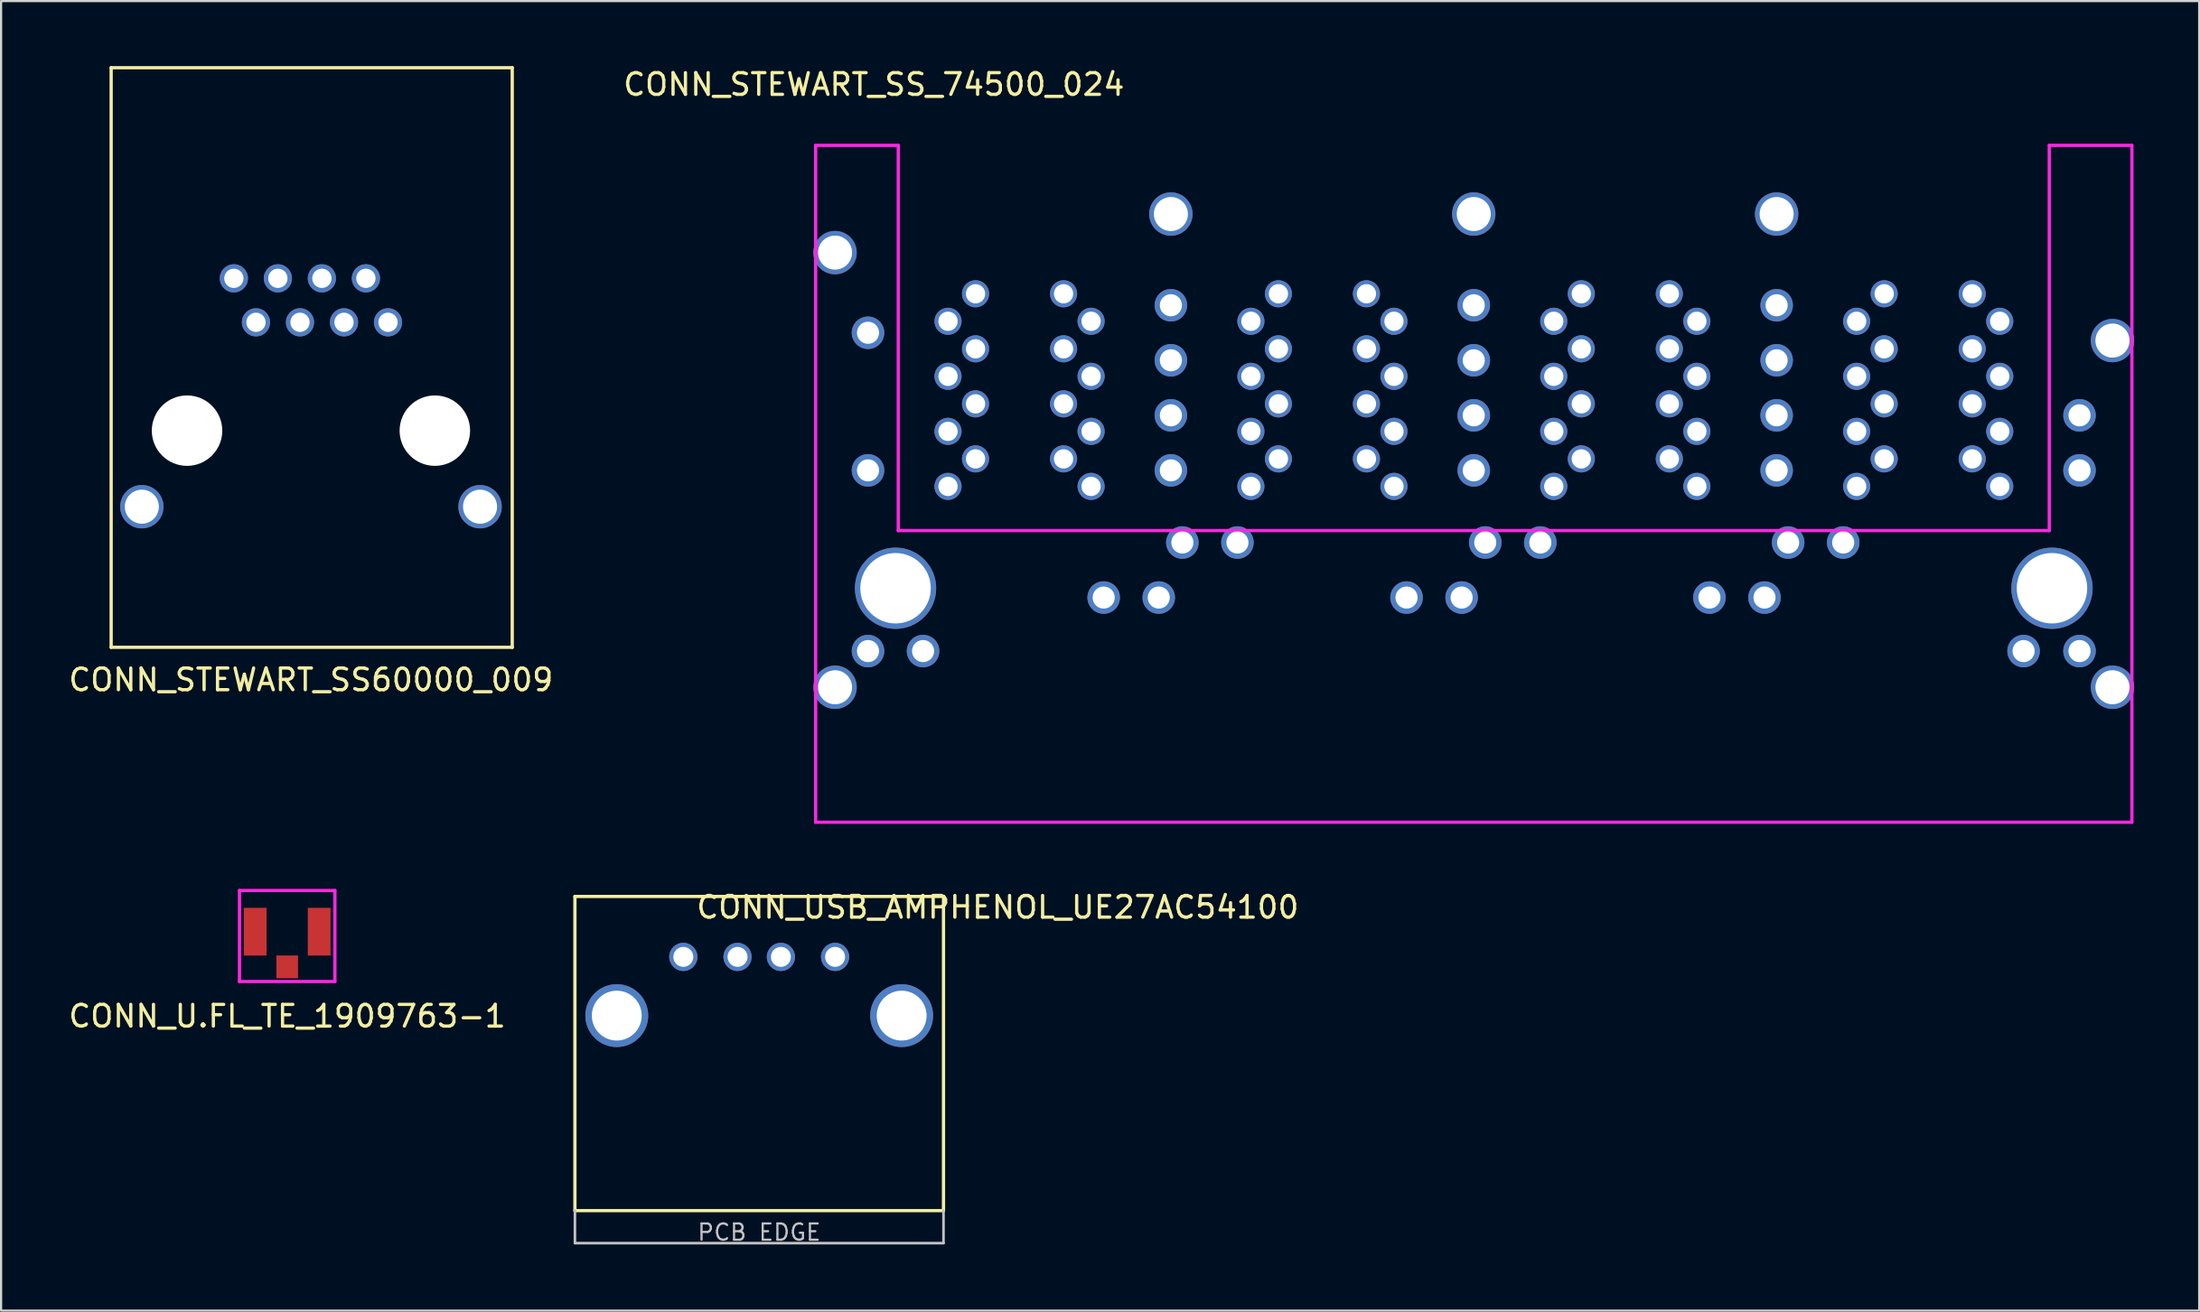
<source format=kicad_pcb>
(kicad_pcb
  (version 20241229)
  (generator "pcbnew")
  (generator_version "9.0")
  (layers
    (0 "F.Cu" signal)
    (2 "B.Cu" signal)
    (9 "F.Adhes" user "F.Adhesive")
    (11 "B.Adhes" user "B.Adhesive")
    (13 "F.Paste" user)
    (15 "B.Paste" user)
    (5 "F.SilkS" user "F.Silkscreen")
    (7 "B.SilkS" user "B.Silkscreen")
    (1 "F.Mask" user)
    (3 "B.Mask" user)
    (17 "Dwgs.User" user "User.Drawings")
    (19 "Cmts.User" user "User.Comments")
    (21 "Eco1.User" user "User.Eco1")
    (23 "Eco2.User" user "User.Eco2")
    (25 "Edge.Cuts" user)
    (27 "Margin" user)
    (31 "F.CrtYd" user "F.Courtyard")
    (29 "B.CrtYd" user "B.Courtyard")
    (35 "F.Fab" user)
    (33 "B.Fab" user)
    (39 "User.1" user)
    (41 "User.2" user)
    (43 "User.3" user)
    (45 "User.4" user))
  (footprint "CONN_U.FL_TE_1909763-1"
    (layer "F.Cu")
    (at 10.196 40.048)
    (property "Reference" "CONN_U.FL_TE_1909763-1" (at 0 3.8 0) (layer "F.SilkS") (effects (font (size 1 1) (thickness 0.15))))
    (attr smd)
    (fp_line (start -2.2 -2) (end -2.2 2.2) (stroke (width 0.15) (type solid)) (layer "F.CrtYd"))
    (fp_line (start -2.2 2.2) (end 2.2 2.2) (stroke (width 0.15) (type solid)) (layer "F.CrtYd"))
    (fp_line (start 2.2 -2) (end -2.2 -2) (stroke (width 0.15) (type solid)) (layer "F.CrtYd"))
    (fp_line (start 2.2 2.2) (end 2.2 -2) (stroke (width 0.15) (type solid)) (layer "F.CrtYd"))
    (pad "1" smd rect (at 0 1.525) (size 1 1.05) (layers "F.Cu" "F.Mask" "F.Paste"))
    (pad "2" smd rect (at -1.475 -0.1) (size 1.05 2.2) (layers "F.Cu" "F.Mask" "F.Paste"))
    (pad "2" smd rect (at 1.475 -0.1) (size 1.05 2.2) (layers "F.Cu" "F.Mask" "F.Paste")))
  (footprint "CONN_STEWART_SS_74500_024"
    (layer "F.Cu")
    (at 38.256 24.098)
    (property "Reference" "CONN_STEWART_SS_74500_024" (at -1 -23.25 0) (layer "F.SilkS") (effects (font (size 1 1) (thickness 0.15))))
    (attr through_hole)
    (fp_line (start -3.685 -20.44) (end -3.685 10.8) (stroke (width 0.15) (type solid)) (layer "F.CrtYd"))
    (fp_line (start -3.685 -20.44) (end 0.125 -20.44) (stroke (width 0.15) (type solid)) (layer "F.CrtYd"))
    (fp_line (start -3.685 10.8) (end 57.025 10.8) (stroke (width 0.15) (type solid)) (layer "F.CrtYd"))
    (fp_line (start 0.125 -20.44) (end 0.125 -2.66) (stroke (width 0.15) (type solid)) (layer "F.CrtYd"))
    (fp_line (start 0.125 -2.66) (end 53.215 -2.66) (stroke (width 0.15) (type solid)) (layer "F.CrtYd"))
    (fp_line (start 53.215 -20.44) (end 53.215 -2.66) (stroke (width 0.15) (type solid)) (layer "F.CrtYd"))
    (fp_line (start 53.215 -20.44) (end 57.025 -20.44) (stroke (width 0.15) (type solid)) (layer "F.CrtYd"))
    (fp_line (start 57.025 -20.44) (end 57.025 10.8) (stroke (width 0.15) (type solid)) (layer "F.CrtYd"))
    (pad "A1" thru_hole circle (at 2.42 -4.7) (size 1.25 1.25) (drill 0.89) (layers "*.Cu" "*.Mask"))
    (pad "A2" thru_hole circle (at 3.69 -5.97) (size 1.25 1.25) (drill 0.89) (layers "*.Cu" "*.Mask"))
    (pad "A3" thru_hole circle (at 2.42 -7.24) (size 1.25 1.25) (drill 0.89) (layers "*.Cu" "*.Mask"))
    (pad "A4" thru_hole circle (at 3.69 -8.51) (size 1.25 1.25) (drill 0.89) (layers "*.Cu" "*.Mask"))
    (pad "A5" thru_hole circle (at 2.42 -9.78) (size 1.25 1.25) (drill 0.89) (layers "*.Cu" "*.Mask"))
    (pad "A6" thru_hole circle (at 3.69 -11.05) (size 1.25 1.25) (drill 0.89) (layers "*.Cu" "*.Mask"))
    (pad "A7" thru_hole circle (at 2.42 -12.32) (size 1.25 1.25) (drill 0.89) (layers "*.Cu" "*.Mask"))
    (pad "A8" thru_hole circle (at 3.69 -13.59) (size 1.25 1.25) (drill 0.89) (layers "*.Cu" "*.Mask"))
    (pad "A9" thru_hole circle (at -1.27 2.9) (size 1.5 1.5) (drill 1.02) (layers "*.Cu" "*.Mask"))
    (pad "A10" thru_hole circle (at 1.27 2.9) (size 1.5 1.5) (drill 1.02) (layers "*.Cu" "*.Mask"))
    (pad "A11" thru_hole circle (at 9.6 0.43) (size 1.5 1.5) (drill 1.02) (layers "*.Cu" "*.Mask"))
    (pad "A12" thru_hole circle (at 12.14 0.43) (size 1.5 1.5) (drill 1.02) (layers "*.Cu" "*.Mask"))
    (pad "B1" thru_hole circle (at 9.02 -4.7) (size 1.25 1.25) (drill 0.89) (layers "*.Cu" "*.Mask"))
    (pad "B2" thru_hole circle (at 7.75 -5.97) (size 1.25 1.25) (drill 0.89) (layers "*.Cu" "*.Mask"))
    (pad "B3" thru_hole circle (at 9.02 -7.24) (size 1.25 1.25) (drill 0.89) (layers "*.Cu" "*.Mask"))
    (pad "B4" thru_hole circle (at 7.75 -8.51) (size 1.25 1.25) (drill 0.89) (layers "*.Cu" "*.Mask"))
    (pad "B5" thru_hole circle (at 9.02 -9.78) (size 1.25 1.25) (drill 0.89) (layers "*.Cu" "*.Mask"))
    (pad "B6" thru_hole circle (at 7.75 -11.05) (size 1.25 1.25) (drill 0.89) (layers "*.Cu" "*.Mask"))
    (pad "B7" thru_hole circle (at 9.02 -12.32) (size 1.25 1.25) (drill 0.89) (layers "*.Cu" "*.Mask"))
    (pad "B8" thru_hole circle (at 7.75 -13.59) (size 1.25 1.25) (drill 0.89) (layers "*.Cu" "*.Mask"))
    (pad "B9" thru_hole circle (at -1.27 -11.79) (size 1.5 1.5) (drill 1.02) (layers "*.Cu" "*.Mask"))
    (pad "B10" thru_hole circle (at -1.27 -5.44) (size 1.5 1.5) (drill 1.02) (layers "*.Cu" "*.Mask"))
    (pad "B11" thru_hole circle (at 12.7 -10.52) (size 1.5 1.5) (drill 1.02) (layers "*.Cu" "*.Mask"))
    (pad "B12" thru_hole circle (at 12.7 -5.44) (size 1.5 1.5) (drill 1.02) (layers "*.Cu" "*.Mask"))
    (pad "C1" thru_hole circle (at 16.39 -4.7) (size 1.25 1.25) (drill 0.89) (layers "*.Cu" "*.Mask"))
    (pad "C2" thru_hole circle (at 17.66 -5.97) (size 1.25 1.25) (drill 0.89) (layers "*.Cu" "*.Mask"))
    (pad "C3" thru_hole circle (at 16.39 -7.24) (size 1.25 1.25) (drill 0.89) (layers "*.Cu" "*.Mask"))
    (pad "C4" thru_hole circle (at 17.66 -8.51) (size 1.25 1.25) (drill 0.89) (layers "*.Cu" "*.Mask"))
    (pad "C5" thru_hole circle (at 16.39 -9.78) (size 1.25 1.25) (drill 0.89) (layers "*.Cu" "*.Mask"))
    (pad "C6" thru_hole circle (at 17.66 -11.05) (size 1.25 1.25) (drill 0.89) (layers "*.Cu" "*.Mask"))
    (pad "C7" thru_hole circle (at 16.39 -12.32) (size 1.25 1.25) (drill 0.89) (layers "*.Cu" "*.Mask"))
    (pad "C8" thru_hole circle (at 17.66 -13.59) (size 1.25 1.25) (drill 0.89) (layers "*.Cu" "*.Mask"))
    (pad "C9" thru_hole circle (at 13.23 -2.11) (size 1.5 1.5) (drill 1.02) (layers "*.Cu" "*.Mask"))
    (pad "C10" thru_hole circle (at 15.77 -2.11) (size 1.5 1.5) (drill 1.02) (layers "*.Cu" "*.Mask"))
    (pad "C11" thru_hole circle (at 23.57 0.43) (size 1.5 1.5) (drill 1.02) (layers "*.Cu" "*.Mask"))
    (pad "C12" thru_hole circle (at 26.11 0.43) (size 1.5 1.5) (drill 1.02) (layers "*.Cu" "*.Mask"))
    (pad "D1" thru_hole circle (at 22.99 -4.7) (size 1.25 1.25) (drill 0.89) (layers "*.Cu" "*.Mask"))
    (pad "D2" thru_hole circle (at 21.72 -5.97) (size 1.25 1.25) (drill 0.89) (layers "*.Cu" "*.Mask"))
    (pad "D3" thru_hole circle (at 22.99 -7.24) (size 1.25 1.25) (drill 0.89) (layers "*.Cu" "*.Mask"))
    (pad "D4" thru_hole circle (at 21.72 -8.51) (size 1.25 1.25) (drill 0.89) (layers "*.Cu" "*.Mask"))
    (pad "D5" thru_hole circle (at 22.99 -9.78) (size 1.25 1.25) (drill 0.89) (layers "*.Cu" "*.Mask"))
    (pad "D6" thru_hole circle (at 21.72 -11.05) (size 1.25 1.25) (drill 0.89) (layers "*.Cu" "*.Mask"))
    (pad "D7" thru_hole circle (at 22.99 -12.32) (size 1.25 1.25) (drill 0.89) (layers "*.Cu" "*.Mask"))
    (pad "D8" thru_hole circle (at 21.72 -13.59) (size 1.25 1.25) (drill 0.89) (layers "*.Cu" "*.Mask"))
    (pad "D9" thru_hole circle (at 12.7 -13.06) (size 1.5 1.5) (drill 1.02) (layers "*.Cu" "*.Mask"))
    (pad "D10" thru_hole circle (at 12.7 -7.98) (size 1.5 1.5) (drill 1.02) (layers "*.Cu" "*.Mask"))
    (pad "D11" thru_hole circle (at 26.67 -10.52) (size 1.5 1.5) (drill 1.02) (layers "*.Cu" "*.Mask"))
    (pad "D12" thru_hole circle (at 26.67 -5.44) (size 1.5 1.5) (drill 1.02) (layers "*.Cu" "*.Mask"))
    (pad "E1" thru_hole circle (at 30.36 -4.7) (size 1.25 1.25) (drill 0.89) (layers "*.Cu" "*.Mask"))
    (pad "E2" thru_hole circle (at 31.63 -5.97) (size 1.25 1.25) (drill 0.89) (layers "*.Cu" "*.Mask"))
    (pad "E3" thru_hole circle (at 30.36 -7.24) (size 1.25 1.25) (drill 0.89) (layers "*.Cu" "*.Mask"))
    (pad "E4" thru_hole circle (at 31.63 -8.51) (size 1.25 1.25) (drill 0.89) (layers "*.Cu" "*.Mask"))
    (pad "E5" thru_hole circle (at 30.36 -9.78) (size 1.25 1.25) (drill 0.89) (layers "*.Cu" "*.Mask"))
    (pad "E6" thru_hole circle (at 31.63 -11.05) (size 1.25 1.25) (drill 0.89) (layers "*.Cu" "*.Mask"))
    (pad "E7" thru_hole circle (at 30.36 -12.32) (size 1.25 1.25) (drill 0.89) (layers "*.Cu" "*.Mask"))
    (pad "E8" thru_hole circle (at 31.63 -13.59) (size 1.25 1.25) (drill 0.89) (layers "*.Cu" "*.Mask"))
    (pad "E9" thru_hole circle (at 27.2 -2.11) (size 1.5 1.5) (drill 1.02) (layers "*.Cu" "*.Mask"))
    (pad "E10" thru_hole circle (at 29.74 -2.11) (size 1.5 1.5) (drill 1.02) (layers "*.Cu" "*.Mask"))
    (pad "E11" thru_hole circle (at 37.54 0.43) (size 1.5 1.5) (drill 1.02) (layers "*.Cu" "*.Mask"))
    (pad "E12" thru_hole circle (at 40.08 0.43) (size 1.5 1.5) (drill 1.02) (layers "*.Cu" "*.Mask"))
    (pad "F1" thru_hole circle (at 36.96 -4.7) (size 1.25 1.25) (drill 0.89) (layers "*.Cu" "*.Mask"))
    (pad "F2" thru_hole circle (at 35.69 -5.97) (size 1.25 1.25) (drill 0.89) (layers "*.Cu" "*.Mask"))
    (pad "F3" thru_hole circle (at 36.96 -7.24) (size 1.25 1.25) (drill 0.89) (layers "*.Cu" "*.Mask"))
    (pad "F4" thru_hole circle (at 35.69 -8.51) (size 1.25 1.25) (drill 0.89) (layers "*.Cu" "*.Mask"))
    (pad "F5" thru_hole circle (at 36.96 -9.78) (size 1.25 1.25) (drill 0.89) (layers "*.Cu" "*.Mask"))
    (pad "F6" thru_hole circle (at 35.69 -11.05) (size 1.25 1.25) (drill 0.89) (layers "*.Cu" "*.Mask"))
    (pad "F7" thru_hole circle (at 36.96 -12.32) (size 1.25 1.25) (drill 0.89) (layers "*.Cu" "*.Mask"))
    (pad "F8" thru_hole circle (at 35.69 -13.59) (size 1.25 1.25) (drill 0.89) (layers "*.Cu" "*.Mask"))
    (pad "F9" thru_hole circle (at 26.67 -13.06) (size 1.5 1.5) (drill 1.02) (layers "*.Cu" "*.Mask"))
    (pad "F10" thru_hole circle (at 26.67 -7.98) (size 1.5 1.5) (drill 1.02) (layers "*.Cu" "*.Mask"))
    (pad "F11" thru_hole circle (at 40.64 -10.52) (size 1.5 1.5) (drill 1.02) (layers "*.Cu" "*.Mask"))
    (pad "F12" thru_hole circle (at 40.64 -5.44) (size 1.5 1.5) (drill 1.02) (layers "*.Cu" "*.Mask"))
    (pad "G1" thru_hole circle (at 44.33 -4.7) (size 1.25 1.25) (drill 0.89) (layers "*.Cu" "*.Mask"))
    (pad "G2" thru_hole circle (at 45.6 -5.97) (size 1.25 1.25) (drill 0.89) (layers "*.Cu" "*.Mask"))
    (pad "G3" thru_hole circle (at 44.33 -7.24) (size 1.25 1.25) (drill 0.89) (layers "*.Cu" "*.Mask"))
    (pad "G4" thru_hole circle (at 45.6 -8.51) (size 1.25 1.25) (drill 0.89) (layers "*.Cu" "*.Mask"))
    (pad "G5" thru_hole circle (at 44.33 -9.78) (size 1.25 1.25) (drill 0.89) (layers "*.Cu" "*.Mask"))
    (pad "G6" thru_hole circle (at 45.6 -11.05) (size 1.25 1.25) (drill 0.89) (layers "*.Cu" "*.Mask"))
    (pad "G7" thru_hole circle (at 44.33 -12.32) (size 1.25 1.25) (drill 0.89) (layers "*.Cu" "*.Mask"))
    (pad "G8" thru_hole circle (at 45.6 -13.59) (size 1.25 1.25) (drill 0.89) (layers "*.Cu" "*.Mask"))
    (pad "G9" thru_hole circle (at 41.17 -2.11) (size 1.5 1.5) (drill 1.02) (layers "*.Cu" "*.Mask"))
    (pad "G10" thru_hole circle (at 43.71 -2.11) (size 1.5 1.5) (drill 1.02) (layers "*.Cu" "*.Mask"))
    (pad "G11" thru_hole circle (at 52.03 2.9) (size 1.5 1.5) (drill 1.02) (layers "*.Cu" "*.Mask"))
    (pad "G12" thru_hole circle (at 54.61 2.9) (size 1.5 1.5) (drill 1.02) (layers "*.Cu" "*.Mask"))
    (pad "H1" thru_hole circle (at 50.93 -4.7) (size 1.25 1.25) (drill 0.89) (layers "*.Cu" "*.Mask"))
    (pad "H2" thru_hole circle (at 49.66 -5.97) (size 1.25 1.25) (drill 0.89) (layers "*.Cu" "*.Mask"))
    (pad "H3" thru_hole circle (at 50.93 -7.24) (size 1.25 1.25) (drill 0.89) (layers "*.Cu" "*.Mask"))
    (pad "H4" thru_hole circle (at 49.66 -8.51) (size 1.25 1.25) (drill 0.89) (layers "*.Cu" "*.Mask"))
    (pad "H5" thru_hole circle (at 50.93 -9.78) (size 1.25 1.25) (drill 0.89) (layers "*.Cu" "*.Mask"))
    (pad "H6" thru_hole circle (at 49.66 -11.05) (size 1.25 1.25) (drill 0.89) (layers "*.Cu" "*.Mask"))
    (pad "H7" thru_hole circle (at 50.93 -12.32) (size 1.25 1.25) (drill 0.89) (layers "*.Cu" "*.Mask"))
    (pad "H8" thru_hole circle (at 49.66 -13.59) (size 1.25 1.25) (drill 0.89) (layers "*.Cu" "*.Mask"))
    (pad "H9" thru_hole circle (at 40.64 -13.06) (size 1.5 1.5) (drill 1.02) (layers "*.Cu" "*.Mask"))
    (pad "H10" thru_hole circle (at 40.64 -7.98) (size 1.5 1.5) (drill 1.02) (layers "*.Cu" "*.Mask"))
    (pad "H11" thru_hole circle (at 54.61 -7.98) (size 1.5 1.5) (drill 1.02) (layers "*.Cu" "*.Mask"))
    (pad "H12" thru_hole circle (at 54.61 -5.44) (size 1.5 1.5) (drill 1.02) (layers "*.Cu" "*.Mask"))
    (pad "SHLD" thru_hole circle (at -2.79 -15.49) (size 2 2) (drill 1.57) (layers "*.Cu" "*.Mask"))
    (pad "SHLD" thru_hole circle (at -2.79 4.57) (size 2 2) (drill 1.57) (layers "*.Cu" "*.Mask"))
    (pad "SHLD" thru_hole circle (at 12.7 -17.27) (size 2 2) (drill 1.57) (layers "*.Cu" "*.Mask"))
    (pad "SHLD" thru_hole circle (at 26.67 -17.27) (size 2 2) (drill 1.57) (layers "*.Cu" "*.Mask"))
    (pad "SHLD" thru_hole circle (at 40.64 -17.27) (size 2 2) (drill 1.57) (layers "*.Cu" "*.Mask"))
    (pad "SHLD" thru_hole circle (at 56.13 -11.43) (size 2 2) (drill 1.57) (layers "*.Cu" "*.Mask"))
    (pad "SHLD" thru_hole circle (at 56.13 4.57) (size 2 2) (drill 1.57) (layers "*.Cu" "*.Mask"))
    (pad "~" thru_hole circle (at 0 0) (size 3.75 3.75) (drill 3.25) (layers "*.Cu" "*.Mask"))
    (pad "~" thru_hole circle (at 53.34 0) (size 3.75 3.75) (drill 3.25) (layers "*.Cu" "*.Mask")))
  (footprint "CONN_USB_AMPHENOL_UE27AC54100"
    (layer "F.Cu")
    (at 31.968 43.822)
    (property "Reference" "CONN_USB_AMPHENOL_UE27AC54100" (at 11 -5 0) (layer "F.SilkS") (effects (font (size 1 1) (thickness 0.15))))
    (attr through_hole)
    (fp_line (start -8.5 -5.5) (end 8.5 -5.5) (stroke (width 0.15) (type solid)) (layer "F.SilkS"))
    (fp_line (start -8.5 9) (end -8.5 -5.5) (stroke (width 0.15) (type solid)) (layer "F.SilkS"))
    (fp_line (start 8.5 -5.5) (end 8.5 9) (stroke (width 0.15) (type solid)) (layer "F.SilkS"))
    (fp_line (start 8.5 9) (end -8.5 9) (stroke (width 0.15) (type solid)) (layer "F.SilkS"))
    (fp_line (start -8.5 9) (end -8.5 10.5) (stroke (width 0.12) (type solid)) (layer "Dwgs.User"))
    (fp_line (start -8.5 10.5) (end 8.5 10.5) (stroke (width 0.12) (type solid)) (layer "Dwgs.User"))
    (fp_line (start 8.5 10.5) (end 8.5 9) (stroke (width 0.12) (type solid)) (layer "Dwgs.User"))
    (fp_text user "PCB EDGE" (at 0 10 0) (layer "Dwgs.User") (effects (font (size 0.75 0.75) (thickness 0.1))))
    (pad "1" thru_hole circle (at -3.5 -2.71) (size 1.3 1.3) (drill 0.92) (layers "*.Cu" "*.Mask"))
    (pad "2" thru_hole circle (at -1 -2.71) (size 1.3 1.3) (drill 0.92) (layers "*.Cu" "*.Mask"))
    (pad "3" thru_hole circle (at 1 -2.71) (size 1.3 1.3) (drill 0.92) (layers "*.Cu" "*.Mask"))
    (pad "4" thru_hole circle (at 3.5 -2.71) (size 1.3 1.3) (drill 0.92) (layers "*.Cu" "*.Mask"))
    (pad "5" thru_hole circle (at -6.57 0) (size 2.9 2.9) (drill 2.3) (layers "*.Cu" "*.Mask"))
    (pad "5" thru_hole circle (at 6.57 0) (size 2.9 2.9) (drill 2.3) (layers "*.Cu" "*.Mask")))
  (footprint "CONN_STEWART_SS60000_009"
    (layer "F.Cu")
    (at 11.292 16.825)
    (property "Reference" "CONN_STEWART_SS60000_009" (at 0 11.5 0) (layer "F.SilkS") (effects (font (size 1 1) (thickness 0.15))))
    (attr through_hole)
    (fp_line (start -9.215 -16.75) (end -9.215 10) (stroke (width 0.15) (type solid)) (layer "F.SilkS"))
    (fp_line (start -9.215 10) (end 9.285 10) (stroke (width 0.15) (type solid)) (layer "F.SilkS"))
    (fp_line (start 9.285 -16.75) (end -9.215 -16.75) (stroke (width 0.15) (type solid)) (layer "F.SilkS"))
    (fp_line (start 9.285 10) (end 9.285 -16.75) (stroke (width 0.15) (type solid)) (layer "F.SilkS"))
    (pad "" np_thru_hole circle (at -5.715 0) (size 3.25 3.25) (drill 3.25) (layers "*.Cu" "*.Mask"))
    (pad "" np_thru_hole circle (at 5.715 0) (size 3.25 3.25) (drill 3.25) (layers "*.Cu" "*.Mask"))
    (pad "1" thru_hole circle (at 2.535 -7.03) (size 1.3 1.3) (drill 0.89) (layers "*.Cu" "*.Mask"))
    (pad "2" thru_hole circle (at 3.555 -5) (size 1.3 1.3) (drill 0.89) (layers "*.Cu" "*.Mask"))
    (pad "3" thru_hole circle (at 1.525 -5) (size 1.3 1.3) (drill 0.89) (layers "*.Cu" "*.Mask"))
    (pad "4" thru_hole circle (at -0.505 -5) (size 1.3 1.3) (drill 0.89) (layers "*.Cu" "*.Mask"))
    (pad "5" thru_hole circle (at 0.505 -7.03) (size 1.3 1.3) (drill 0.89) (layers "*.Cu" "*.Mask"))
    (pad "6" thru_hole circle (at -1.525 -7.03) (size 1.3 1.3) (drill 0.89) (layers "*.Cu" "*.Mask"))
    (pad "7" thru_hole circle (at -3.555 -7.03) (size 1.3 1.3) (drill 0.89) (layers "*.Cu" "*.Mask"))
    (pad "8" thru_hole circle (at -2.535 -5) (size 1.3 1.3) (drill 0.89) (layers "*.Cu" "*.Mask"))
    (pad "9" thru_hole circle (at -7.8 3.51) (size 2 2) (drill 1.57) (layers "*.Cu" "*.Mask"))
    (pad "9" thru_hole circle (at 7.8 3.51) (size 2 2) (drill 1.57) (layers "*.Cu" "*.Mask")))
  (gr_rect
    (start -3 -3)
    (end 98.386 57.436)
    (stroke (width 0.1) (type default))
    (fill no)
    (layer "Edge.Cuts")))
</source>
